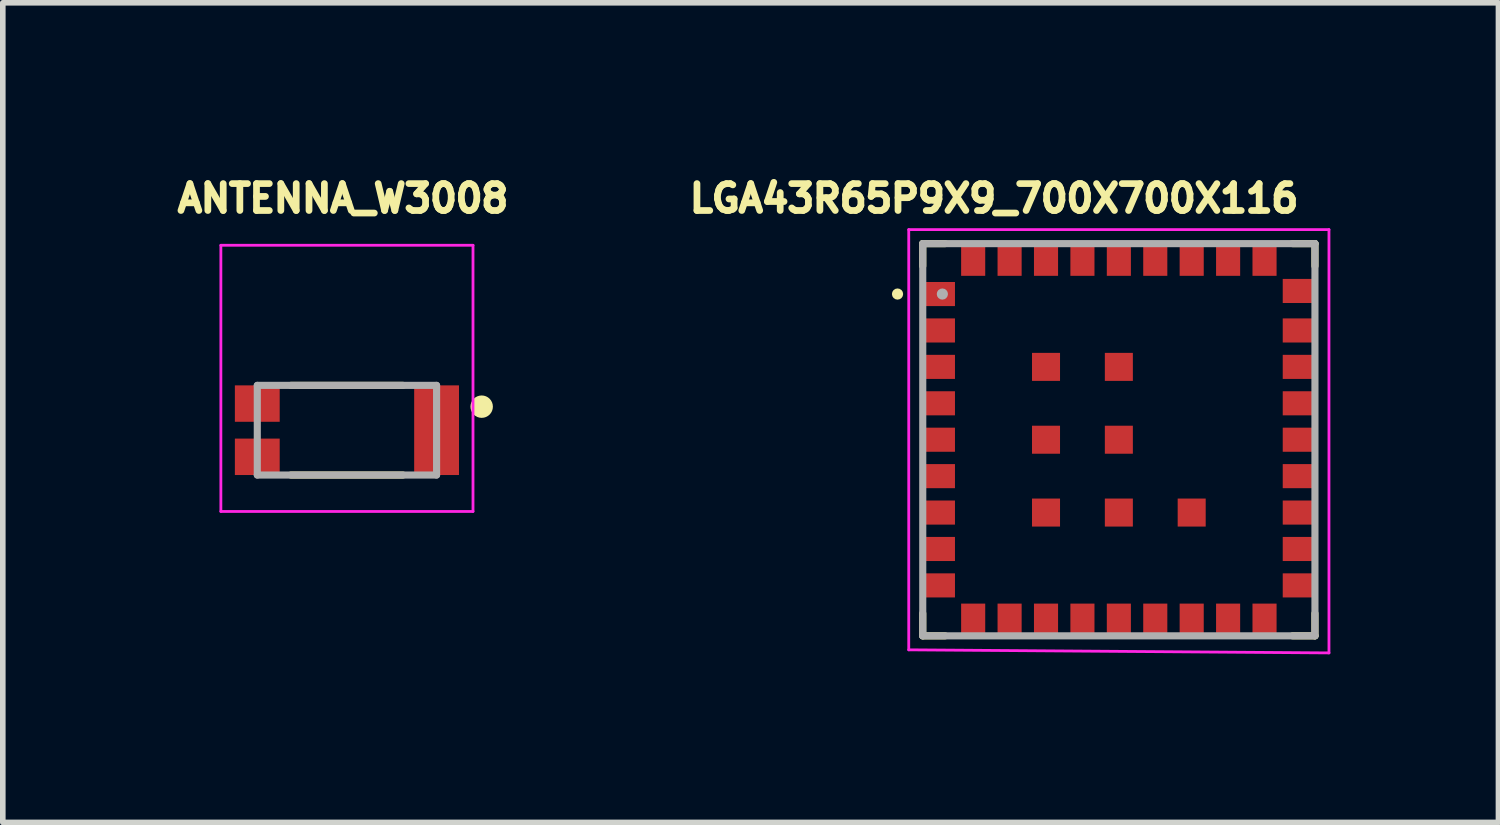
<source format=kicad_pcb>
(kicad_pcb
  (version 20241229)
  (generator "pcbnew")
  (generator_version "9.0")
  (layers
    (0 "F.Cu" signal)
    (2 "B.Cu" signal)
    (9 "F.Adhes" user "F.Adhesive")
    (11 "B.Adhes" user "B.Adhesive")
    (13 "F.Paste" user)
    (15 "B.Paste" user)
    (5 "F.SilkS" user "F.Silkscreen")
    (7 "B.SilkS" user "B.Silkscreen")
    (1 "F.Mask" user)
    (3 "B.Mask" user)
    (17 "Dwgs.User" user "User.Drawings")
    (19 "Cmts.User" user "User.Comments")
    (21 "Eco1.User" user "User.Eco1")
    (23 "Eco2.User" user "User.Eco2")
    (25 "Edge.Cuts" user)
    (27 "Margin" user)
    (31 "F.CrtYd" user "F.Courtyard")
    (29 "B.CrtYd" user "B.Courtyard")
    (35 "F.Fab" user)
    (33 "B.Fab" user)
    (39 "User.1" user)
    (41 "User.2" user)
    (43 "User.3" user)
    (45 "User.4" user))
  (footprint "LGA43R65P9X9_700X700X116"
    (layer "F.Cu")
    (at 16.919 4.798)
    (property "Reference" "LGA43R65P9X9_700X700X116" (at -2.227 -4.307 0) (layer "F.SilkS") (effects (font (size 0.48 0.48) (thickness 0.15))))
    (attr smd)
    (fp_line (start -3.5 -3.5) (end -3.5 -3.1) (stroke (width 0.127) (type solid)) (layer "F.SilkS"))
    (fp_line (start -3.5 3.1) (end -3.5 3.5) (stroke (width 0.127) (type solid)) (layer "F.SilkS"))
    (fp_line (start -3.5 3.5) (end -3.1 3.5) (stroke (width 0.127) (type solid)) (layer "F.SilkS"))
    (fp_line (start -3.1 -3.5) (end -3.5 -3.5) (stroke (width 0.127) (type solid)) (layer "F.SilkS"))
    (fp_line (start 3.1 -3.5) (end 3.5 -3.5) (stroke (width 0.127) (type solid)) (layer "F.SilkS"))
    (fp_line (start 3.5 -3.5) (end 3.5 -3.1) (stroke (width 0.127) (type solid)) (layer "F.SilkS"))
    (fp_line (start 3.5 3.1) (end 3.5 3.5) (stroke (width 0.127) (type solid)) (layer "F.SilkS"))
    (fp_line (start 3.5 3.5) (end 3.1 3.5) (stroke (width 0.127) (type solid)) (layer "F.SilkS"))
    (fp_circle (center -3.95 -2.6) (end -3.9 -2.6) (stroke (width 0.1) (type solid)) (fill no) (layer "F.SilkS"))
    (fp_line (start -3.75 -3.75) (end 3.75 -3.75) (stroke (width 0.05) (type solid)) (layer "F.CrtYd"))
    (fp_line (start -3.75 3.75) (end -3.75 -3.75) (stroke (width 0.05) (type solid)) (layer "F.CrtYd"))
    (fp_line (start 3.75 -3.75) (end 3.75 3.805) (stroke (width 0.05) (type solid)) (layer "F.CrtYd"))
    (fp_line (start 3.75 3.805) (end -3.75 3.75) (stroke (width 0.05) (type solid)) (layer "F.CrtYd"))
    (fp_line (start -3.5 -3.5) (end 3.5 -3.5) (stroke (width 0.127) (type solid)) (layer "F.Fab"))
    (fp_line (start -3.5 3.5) (end -3.5 -3.5) (stroke (width 0.127) (type solid)) (layer "F.Fab"))
    (fp_line (start 3.5 -3.5) (end 3.5 3.5) (stroke (width 0.127) (type solid)) (layer "F.Fab"))
    (fp_line (start 3.5 3.5) (end -3.5 3.5) (stroke (width 0.127) (type solid)) (layer "F.Fab"))
    (fp_circle (center -3.15 -2.6) (end -3.1 -2.6) (stroke (width 0.1) (type solid)) (fill no) (layer "F.Fab"))
    (pad "1" smd rect (at -3.205 -2.6) (size 0.56 0.43) (layers "F.Cu" "F.Mask" "F.Paste"))
    (pad "2" smd rect (at -3.205 -1.95) (size 0.56 0.43) (layers "F.Cu" "F.Mask" "F.Paste"))
    (pad "3" smd rect (at -3.205 -1.3) (size 0.56 0.43) (layers "F.Cu" "F.Mask" "F.Paste"))
    (pad "4" smd rect (at -3.205 -0.65) (size 0.56 0.43) (layers "F.Cu" "F.Mask" "F.Paste"))
    (pad "5" smd rect (at -3.205 0) (size 0.56 0.43) (layers "F.Cu" "F.Mask" "F.Paste"))
    (pad "6" smd rect (at -3.205 0.65) (size 0.56 0.43) (layers "F.Cu" "F.Mask" "F.Paste"))
    (pad "7" smd rect (at -3.205 1.3) (size 0.56 0.43) (layers "F.Cu" "F.Mask" "F.Paste"))
    (pad "8" smd rect (at -3.205 1.95) (size 0.56 0.43) (layers "F.Cu" "F.Mask" "F.Paste"))
    (pad "9" smd rect (at -3.205 2.6) (size 0.56 0.43) (layers "F.Cu" "F.Mask" "F.Paste"))
    (pad "10" smd rect (at -2.6 3.205 90) (size 0.56 0.43) (layers "F.Cu" "F.Mask" "F.Paste"))
    (pad "11" smd rect (at -1.95 3.205 90) (size 0.56 0.43) (layers "F.Cu" "F.Mask" "F.Paste"))
    (pad "12" smd rect (at -1.3 3.205 90) (size 0.56 0.43) (layers "F.Cu" "F.Mask" "F.Paste"))
    (pad "13" smd rect (at -0.65 3.205 90) (size 0.56 0.43) (layers "F.Cu" "F.Mask" "F.Paste"))
    (pad "14" smd rect (at 0 3.205 90) (size 0.56 0.43) (layers "F.Cu" "F.Mask" "F.Paste"))
    (pad "15" smd rect (at 0.65 3.205 90) (size 0.56 0.43) (layers "F.Cu" "F.Mask" "F.Paste"))
    (pad "16" smd rect (at 1.3 3.205 90) (size 0.56 0.43) (layers "F.Cu" "F.Mask" "F.Paste"))
    (pad "17" smd rect (at 1.95 3.205 90) (size 0.56 0.43) (layers "F.Cu" "F.Mask" "F.Paste"))
    (pad "18" smd rect (at 2.6 3.205 90) (size 0.56 0.43) (layers "F.Cu" "F.Mask" "F.Paste"))
    (pad "19" smd rect (at 3.205 2.6 180) (size 0.56 0.43) (layers "F.Cu" "F.Mask" "F.Paste"))
    (pad "20" smd rect (at 3.205 1.95 180) (size 0.56 0.43) (layers "F.Cu" "F.Mask" "F.Paste"))
    (pad "21" smd rect (at 3.205 1.3 180) (size 0.56 0.43) (layers "F.Cu" "F.Mask" "F.Paste"))
    (pad "22" smd rect (at 3.205 0.65 180) (size 0.56 0.43) (layers "F.Cu" "F.Mask" "F.Paste"))
    (pad "23" smd rect (at 3.205 0 180) (size 0.56 0.43) (layers "F.Cu" "F.Mask" "F.Paste"))
    (pad "24" smd rect (at 3.205 -0.65 180) (size 0.56 0.43) (layers "F.Cu" "F.Mask" "F.Paste"))
    (pad "25" smd rect (at 3.205 -1.3 180) (size 0.56 0.43) (layers "F.Cu" "F.Mask" "F.Paste"))
    (pad "26" smd rect (at 3.205 -1.95 180) (size 0.56 0.43) (layers "F.Cu" "F.Mask" "F.Paste"))
    (pad "27" smd rect (at 3.205 -2.655 180) (size 0.56 0.43) (layers "F.Cu" "F.Mask" "F.Paste"))
    (pad "28" smd rect (at 2.6 -3.205 270) (size 0.56 0.43) (layers "F.Cu" "F.Mask" "F.Paste"))
    (pad "29" smd rect (at 1.95 -3.205 270) (size 0.56 0.43) (layers "F.Cu" "F.Mask" "F.Paste"))
    (pad "30" smd rect (at 1.3 -3.205 270) (size 0.56 0.43) (layers "F.Cu" "F.Mask" "F.Paste"))
    (pad "31" smd rect (at 0.65 -3.205 270) (size 0.56 0.43) (layers "F.Cu" "F.Mask" "F.Paste"))
    (pad "32" smd rect (at 0 -3.205 270) (size 0.56 0.43) (layers "F.Cu" "F.Mask" "F.Paste"))
    (pad "33" smd rect (at -0.65 -3.205 270) (size 0.56 0.43) (layers "F.Cu" "F.Mask" "F.Paste"))
    (pad "34" smd rect (at -1.3 -3.205 270) (size 0.56 0.43) (layers "F.Cu" "F.Mask" "F.Paste"))
    (pad "35" smd rect (at -1.95 -3.205 270) (size 0.56 0.43) (layers "F.Cu" "F.Mask" "F.Paste"))
    (pad "36" smd rect (at -2.6 -3.205 270) (size 0.56 0.43) (layers "F.Cu" "F.Mask" "F.Paste"))
    (pad "37" smd rect (at -1.3 -1.3) (size 0.5 0.5) (layers "F.Cu" "F.Mask" "F.Paste"))
    (pad "38" smd rect (at -1.3 0) (size 0.5 0.5) (layers "F.Cu" "F.Mask" "F.Paste"))
    (pad "39" smd rect (at -1.3 1.3) (size 0.5 0.5) (layers "F.Cu" "F.Mask" "F.Paste"))
    (pad "40" smd rect (at 0 -1.3) (size 0.5 0.5) (layers "F.Cu" "F.Mask" "F.Paste"))
    (pad "41" smd rect (at 0 0) (size 0.5 0.5) (layers "F.Cu" "F.Mask" "F.Paste"))
    (pad "42" smd rect (at 0 1.3) (size 0.5 0.5) (layers "F.Cu" "F.Mask" "F.Paste"))
    (pad "43" smd rect (at 1.3 1.3) (size 0.5 0.5) (layers "F.Cu" "F.Mask" "F.Paste")))
  (footprint "ANTENNA_W3008"
    (layer "F.Cu")
    (at 3.142 4.628)
    (property "Reference" "ANTENNA_W3008" (at -0.071 -4.137 0) (layer "F.SilkS") (effects (font (size 0.48 0.48) (thickness 0.15))))
    (attr smd)
    (fp_line (start -1 -0.8) (end 1 -0.8) (stroke (width 0.127) (type solid)) (layer "F.SilkS"))
    (fp_line (start -1 0.8) (end 1 0.8) (stroke (width 0.127) (type solid)) (layer "F.SilkS"))
    (fp_circle (center 2.405 -0.42) (end 2.505 -0.42) (stroke (width 0.2) (type solid)) (fill no) (layer "F.SilkS"))
    (fp_line (start -2.25 -3.3) (end -2.25 1.45) (stroke (width 0.05) (type solid)) (layer "F.CrtYd"))
    (fp_line (start -2.25 1.45) (end 2.25 1.45) (stroke (width 0.05) (type solid)) (layer "F.CrtYd"))
    (fp_line (start 2.25 -3.3) (end -2.25 -3.3) (stroke (width 0.05) (type solid)) (layer "F.CrtYd"))
    (fp_line (start 2.25 1.45) (end 2.25 -3.3) (stroke (width 0.05) (type solid)) (layer "F.CrtYd"))
    (fp_line (start -1.6 -0.8) (end 1.6 -0.8) (stroke (width 0.127) (type solid)) (layer "F.Fab"))
    (fp_line (start -1.6 0.8) (end -1.6 -0.8) (stroke (width 0.127) (type solid)) (layer "F.Fab"))
    (fp_line (start 1.6 -0.8) (end 1.6 0.8) (stroke (width 0.127) (type solid)) (layer "F.Fab"))
    (fp_line (start 1.6 0.8) (end -1.6 0.8) (stroke (width 0.127) (type solid)) (layer "F.Fab"))
    (pad "FEED" smd rect (at -1.6 -0.475 270) (size 0.65 0.8) (layers "F.Cu" "F.Mask" "F.Paste"))
    (pad "G1" smd rect (at -1.6 0.475 270) (size 0.65 0.8) (layers "F.Cu" "F.Mask" "F.Paste"))
    (pad "G2" smd rect (at 1.6 0 270) (size 1.6 0.8) (layers "F.Cu" "F.Mask" "F.Paste"))
    (zone (net_name "") (layer "F.Cu") (hatch full 0.508) (connect_pads) (min_thickness 0.127) (filled_areas_thickness no) (keepout (tracks not_allowed) (vias not_allowed) (pads not_allowed) (copperpour not_allowed) (footprints allowed)) (placement (enabled no)) (fill) (polygon (pts (xy 1.142 5.828) (xy 5.142 5.828) (xy 5.142 5.553) (xy 4.242 5.553) (xy 4.242 3.653) (xy 5.142 3.653) (xy 5.142 1.578) (xy 1.142 1.578) (xy 1.142 3.753) (xy 2.042 3.753) (xy 2.042 5.553) (xy 1.142 5.553))))
    (zone (net_name "") (layer "B.Cu") (hatch full 0.508) (connect_pads) (min_thickness 0.127) (filled_areas_thickness no) (keepout (tracks not_allowed) (vias not_allowed) (pads not_allowed) (copperpour not_allowed) (footprints allowed)) (placement (enabled no)) (fill) (polygon (pts (xy 1.142 5.828) (xy 1.142 5.553) (xy 2.042 5.553) (xy 2.042 3.753) (xy 1.142 3.753) (xy 1.142 1.578) (xy 5.142 1.578) (xy 5.142 3.653) (xy 4.242 3.653) (xy 4.242 5.553) (xy 5.142 5.553) (xy 5.142 5.828))))
    (zone (net_name "") (layer "In1.Cu") (hatch edge 0.5) (connect_pads) (min_thickness 0.25) (filled_areas_thickness no) (keepout (tracks not_allowed) (vias not_allowed) (pads not_allowed) (copperpour not_allowed) (footprints not_allowed)) (placement (enabled no)) (fill) (polygon (pts (xy 5.142 3.653) (xy 5.142 1.578) (xy 1.142 1.578) (xy 1.142 3.753) (xy 2.042 3.753) (xy 2.042 5.553) (xy 1.142 5.553) (xy 1.142 5.828) (xy 5.142 5.828) (xy 5.142 5.553) (xy 4.242 5.553) (xy 4.242 3.653)))))
  (gr_rect
    (start -3 -3)
    (end 23.694 11.628)
    (stroke (width 0.1) (type default))
    (fill no)
    (layer "Edge.Cuts")))
</source>
